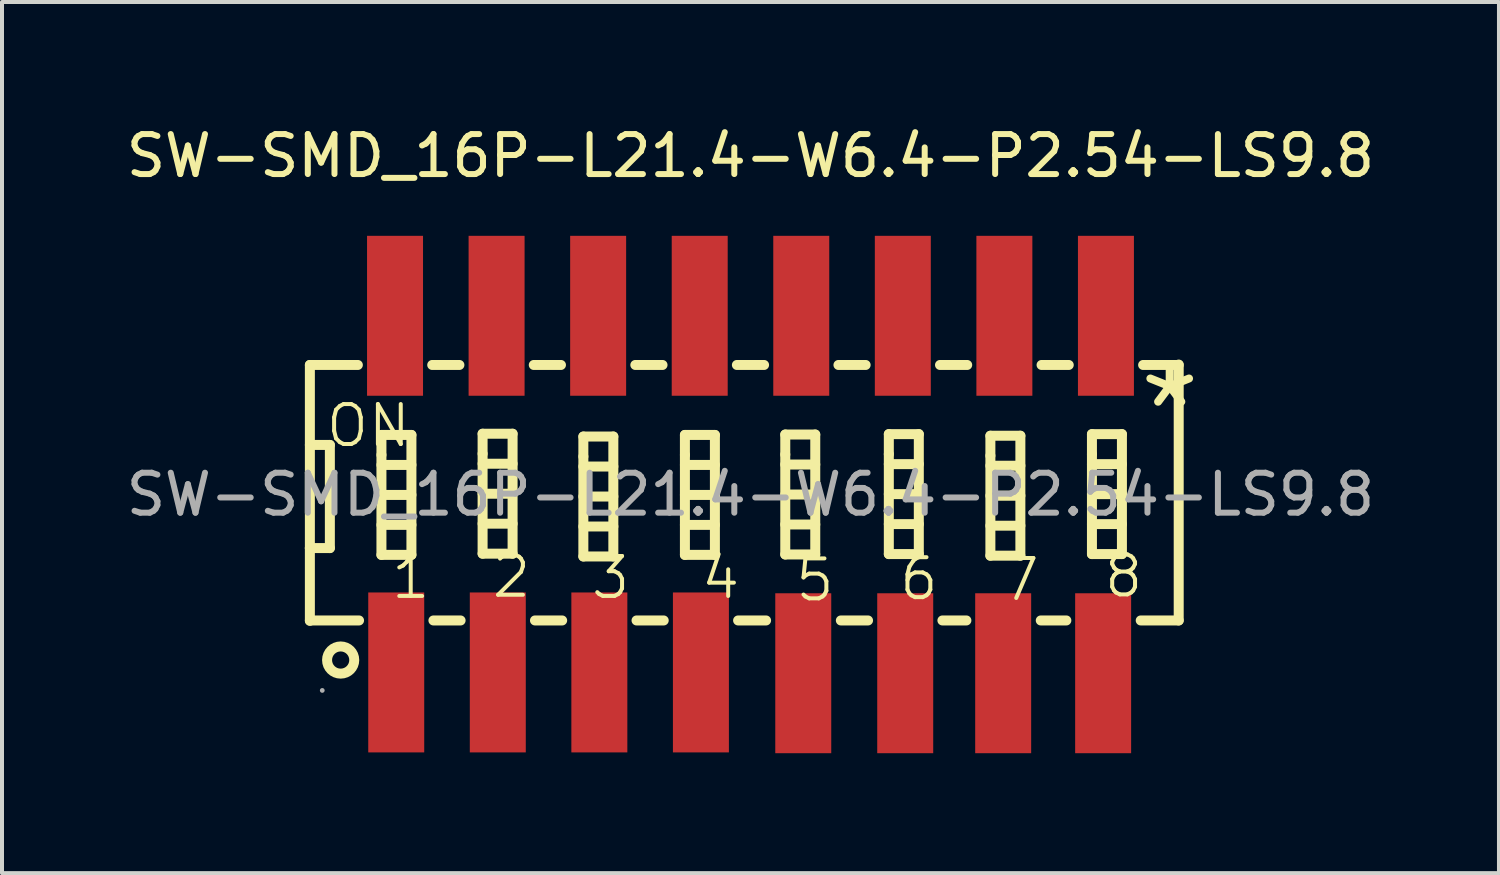
<source format=kicad_pcb>
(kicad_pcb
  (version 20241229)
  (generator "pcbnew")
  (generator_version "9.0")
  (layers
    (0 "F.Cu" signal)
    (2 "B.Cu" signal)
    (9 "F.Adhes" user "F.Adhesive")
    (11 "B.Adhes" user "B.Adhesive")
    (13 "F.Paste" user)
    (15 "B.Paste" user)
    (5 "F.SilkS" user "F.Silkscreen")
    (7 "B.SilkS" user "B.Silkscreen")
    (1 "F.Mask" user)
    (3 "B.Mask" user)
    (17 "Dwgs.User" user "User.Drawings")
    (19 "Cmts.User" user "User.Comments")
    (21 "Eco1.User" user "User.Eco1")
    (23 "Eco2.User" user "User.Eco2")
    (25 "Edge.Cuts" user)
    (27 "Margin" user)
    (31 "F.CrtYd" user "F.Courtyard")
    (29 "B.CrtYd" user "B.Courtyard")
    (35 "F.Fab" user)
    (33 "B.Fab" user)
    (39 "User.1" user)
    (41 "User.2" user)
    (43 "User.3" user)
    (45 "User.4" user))
  (footprint "SW-SMD_16P-L21.4-W6.4-P2.54-LS9.8"
    (layer "F.Cu")
    (at 15.72 9.318)
    (property "Reference" "SW-SMD_16P-L21.4-W6.4-P2.54-LS9.8" (at 0 -8.47 0) (layer "F.SilkS") (effects (font (size 1 1) (thickness 0.15))))
    (attr through_hole)
    (fp_line (start -11.02 -3.24) (end -11.02 3.16) (stroke (width 0.25) (type solid)) (layer "F.SilkS"))
    (fp_line (start -11.02 -3.24) (end -9.82 -3.24) (stroke (width 0.25) (type solid)) (layer "F.SilkS"))
    (fp_line (start -11.02 -1.24) (end -10.52 -1.24) (stroke (width 0.25) (type solid)) (layer "F.SilkS"))
    (fp_line (start -11.02 1.34) (end -11.02 1.34) (stroke (width 0.25) (type solid)) (layer "F.SilkS"))
    (fp_line (start -10.52 -1.24) (end -10.52 1.34) (stroke (width 0.25) (type solid)) (layer "F.SilkS"))
    (fp_line (start -10.52 1.34) (end -11.02 1.34) (stroke (width 0.25) (type solid)) (layer "F.SilkS"))
    (fp_line (start -9.79 3.15) (end -11.02 3.15) (stroke (width 0.25) (type solid)) (layer "F.SilkS"))
    (fp_line (start -9.23 -1.49) (end -8.48 -1.49) (stroke (width 0.25) (type solid)) (layer "F.SilkS"))
    (fp_line (start -9.23 -0.99) (end -9.23 -1.49) (stroke (width 0.25) (type solid)) (layer "F.SilkS"))
    (fp_line (start -9.23 -0.74) (end -8.48 -0.74) (stroke (width 0.25) (type solid)) (layer "F.SilkS"))
    (fp_line (start -9.23 0.01) (end -8.48 0.01) (stroke (width 0.25) (type solid)) (layer "F.SilkS"))
    (fp_line (start -9.23 0.76) (end -8.48 0.76) (stroke (width 0.25) (type solid)) (layer "F.SilkS"))
    (fp_line (start -9.23 1.51) (end -9.23 -0.99) (stroke (width 0.25) (type solid)) (layer "F.SilkS"))
    (fp_line (start -8.48 -1.49) (end -8.48 1.51) (stroke (width 0.25) (type solid)) (layer "F.SilkS"))
    (fp_line (start -8.48 1.51) (end -9.23 1.51) (stroke (width 0.25) (type solid)) (layer "F.SilkS"))
    (fp_line (start -7.96 -3.24) (end -7.28 -3.24) (stroke (width 0.25) (type solid)) (layer "F.SilkS"))
    (fp_line (start -7.25 3.15) (end -7.93 3.15) (stroke (width 0.25) (type solid)) (layer "F.SilkS"))
    (fp_line (start -6.7 -1.52) (end -5.95 -1.52) (stroke (width 0.25) (type solid)) (layer "F.SilkS"))
    (fp_line (start -6.7 -1.02) (end -6.7 -1.52) (stroke (width 0.25) (type solid)) (layer "F.SilkS"))
    (fp_line (start -6.7 -0.77) (end -5.95 -0.77) (stroke (width 0.25) (type solid)) (layer "F.SilkS"))
    (fp_line (start -6.7 -0.02) (end -5.95 -0.02) (stroke (width 0.25) (type solid)) (layer "F.SilkS"))
    (fp_line (start -6.7 0.73) (end -5.95 0.73) (stroke (width 0.25) (type solid)) (layer "F.SilkS"))
    (fp_line (start -6.7 1.48) (end -6.7 -1.02) (stroke (width 0.25) (type solid)) (layer "F.SilkS"))
    (fp_line (start -5.95 -1.52) (end -5.95 1.48) (stroke (width 0.25) (type solid)) (layer "F.SilkS"))
    (fp_line (start -5.95 1.48) (end -6.7 1.48) (stroke (width 0.25) (type solid)) (layer "F.SilkS"))
    (fp_line (start -5.42 -3.24) (end -4.74 -3.24) (stroke (width 0.25) (type solid)) (layer "F.SilkS"))
    (fp_line (start -4.71 3.15) (end -5.39 3.15) (stroke (width 0.25) (type solid)) (layer "F.SilkS"))
    (fp_line (start -4.18 -1.45) (end -3.43 -1.45) (stroke (width 0.25) (type solid)) (layer "F.SilkS"))
    (fp_line (start -4.18 -0.95) (end -4.18 -1.45) (stroke (width 0.25) (type solid)) (layer "F.SilkS"))
    (fp_line (start -4.18 -0.7) (end -3.43 -0.7) (stroke (width 0.25) (type solid)) (layer "F.SilkS"))
    (fp_line (start -4.18 0.05) (end -3.43 0.05) (stroke (width 0.25) (type solid)) (layer "F.SilkS"))
    (fp_line (start -4.18 0.8) (end -3.43 0.8) (stroke (width 0.25) (type solid)) (layer "F.SilkS"))
    (fp_line (start -4.18 1.55) (end -4.18 -0.95) (stroke (width 0.25) (type solid)) (layer "F.SilkS"))
    (fp_line (start -3.43 -1.45) (end -3.43 1.55) (stroke (width 0.25) (type solid)) (layer "F.SilkS"))
    (fp_line (start -3.43 1.55) (end -4.18 1.55) (stroke (width 0.25) (type solid)) (layer "F.SilkS"))
    (fp_line (start -2.88 -3.24) (end -2.2 -3.24) (stroke (width 0.25) (type solid)) (layer "F.SilkS"))
    (fp_line (start -2.17 3.15) (end -2.85 3.15) (stroke (width 0.25) (type solid)) (layer "F.SilkS"))
    (fp_line (start -1.64 -1.49) (end -0.89 -1.49) (stroke (width 0.25) (type solid)) (layer "F.SilkS"))
    (fp_line (start -1.64 -0.99) (end -1.64 -1.49) (stroke (width 0.25) (type solid)) (layer "F.SilkS"))
    (fp_line (start -1.64 -0.74) (end -0.89 -0.74) (stroke (width 0.25) (type solid)) (layer "F.SilkS"))
    (fp_line (start -1.64 0.01) (end -0.89 0.01) (stroke (width 0.25) (type solid)) (layer "F.SilkS"))
    (fp_line (start -1.64 0.76) (end -0.89 0.76) (stroke (width 0.25) (type solid)) (layer "F.SilkS"))
    (fp_line (start -1.64 1.51) (end -1.64 -0.99) (stroke (width 0.25) (type solid)) (layer "F.SilkS"))
    (fp_line (start -0.89 -1.49) (end -0.89 1.51) (stroke (width 0.25) (type solid)) (layer "F.SilkS"))
    (fp_line (start -0.89 1.51) (end -1.64 1.51) (stroke (width 0.25) (type solid)) (layer "F.SilkS"))
    (fp_line (start -0.34 -3.24) (end 0.34 -3.24) (stroke (width 0.25) (type solid)) (layer "F.SilkS"))
    (fp_line (start 0.39 3.15) (end -0.31 3.15) (stroke (width 0.25) (type solid)) (layer "F.SilkS"))
    (fp_line (start 0.87 -1.5) (end 1.62 -1.5) (stroke (width 0.25) (type solid)) (layer "F.SilkS"))
    (fp_line (start 0.87 -1) (end 0.87 -1.5) (stroke (width 0.25) (type solid)) (layer "F.SilkS"))
    (fp_line (start 0.87 -0.75) (end 1.62 -0.75) (stroke (width 0.25) (type solid)) (layer "F.SilkS"))
    (fp_line (start 0.87 0) (end 1.62 0) (stroke (width 0.25) (type solid)) (layer "F.SilkS"))
    (fp_line (start 0.87 0.75) (end 1.62 0.75) (stroke (width 0.25) (type solid)) (layer "F.SilkS"))
    (fp_line (start 0.87 1.5) (end 0.87 -1) (stroke (width 0.25) (type solid)) (layer "F.SilkS"))
    (fp_line (start 1.62 -1.5) (end 1.62 1.5) (stroke (width 0.25) (type solid)) (layer "F.SilkS"))
    (fp_line (start 1.62 1.5) (end 0.87 1.5) (stroke (width 0.25) (type solid)) (layer "F.SilkS"))
    (fp_line (start 2.2 -3.24) (end 2.88 -3.24) (stroke (width 0.25) (type solid)) (layer "F.SilkS"))
    (fp_line (start 2.94 3.15) (end 2.26 3.15) (stroke (width 0.25) (type solid)) (layer "F.SilkS"))
    (fp_line (start 3.46 -1.51) (end 4.21 -1.51) (stroke (width 0.25) (type solid)) (layer "F.SilkS"))
    (fp_line (start 3.46 -1.01) (end 3.46 -1.51) (stroke (width 0.25) (type solid)) (layer "F.SilkS"))
    (fp_line (start 3.46 -0.76) (end 4.21 -0.76) (stroke (width 0.25) (type solid)) (layer "F.SilkS"))
    (fp_line (start 3.46 -0.01) (end 4.21 -0.01) (stroke (width 0.25) (type solid)) (layer "F.SilkS"))
    (fp_line (start 3.46 0.74) (end 4.21 0.74) (stroke (width 0.25) (type solid)) (layer "F.SilkS"))
    (fp_line (start 3.46 1.49) (end 3.46 -1.01) (stroke (width 0.25) (type solid)) (layer "F.SilkS"))
    (fp_line (start 4.21 -1.51) (end 4.21 1.49) (stroke (width 0.25) (type solid)) (layer "F.SilkS"))
    (fp_line (start 4.21 1.49) (end 3.46 1.49) (stroke (width 0.25) (type solid)) (layer "F.SilkS"))
    (fp_line (start 4.74 -3.24) (end 5.42 -3.24) (stroke (width 0.25) (type solid)) (layer "F.SilkS"))
    (fp_line (start 5.4 3.15) (end 4.8 3.15) (stroke (width 0.25) (type solid)) (layer "F.SilkS"))
    (fp_line (start 6 -1.47) (end 6.75 -1.47) (stroke (width 0.25) (type solid)) (layer "F.SilkS"))
    (fp_line (start 6 -0.97) (end 6 -1.47) (stroke (width 0.25) (type solid)) (layer "F.SilkS"))
    (fp_line (start 6 -0.72) (end 6.75 -0.72) (stroke (width 0.25) (type solid)) (layer "F.SilkS"))
    (fp_line (start 6 0.03) (end 6.75 0.03) (stroke (width 0.25) (type solid)) (layer "F.SilkS"))
    (fp_line (start 6 0.78) (end 6.75 0.78) (stroke (width 0.25) (type solid)) (layer "F.SilkS"))
    (fp_line (start 6 1.53) (end 6 -0.97) (stroke (width 0.25) (type solid)) (layer "F.SilkS"))
    (fp_line (start 6.75 -1.47) (end 6.75 1.53) (stroke (width 0.25) (type solid)) (layer "F.SilkS"))
    (fp_line (start 6.75 1.53) (end 6 1.53) (stroke (width 0.25) (type solid)) (layer "F.SilkS"))
    (fp_line (start 7.28 -3.24) (end 7.96 -3.24) (stroke (width 0.25) (type solid)) (layer "F.SilkS"))
    (fp_line (start 7.9 3.15) (end 7.26 3.15) (stroke (width 0.25) (type solid)) (layer "F.SilkS"))
    (fp_line (start 8.54 -1.51) (end 9.29 -1.51) (stroke (width 0.25) (type solid)) (layer "F.SilkS"))
    (fp_line (start 8.54 -1.01) (end 8.54 -1.51) (stroke (width 0.25) (type solid)) (layer "F.SilkS"))
    (fp_line (start 8.54 -0.76) (end 9.29 -0.76) (stroke (width 0.25) (type solid)) (layer "F.SilkS"))
    (fp_line (start 8.54 -0.01) (end 9.29 -0.01) (stroke (width 0.25) (type solid)) (layer "F.SilkS"))
    (fp_line (start 8.54 0.74) (end 9.29 0.74) (stroke (width 0.25) (type solid)) (layer "F.SilkS"))
    (fp_line (start 8.54 1.49) (end 8.54 -1.01) (stroke (width 0.25) (type solid)) (layer "F.SilkS"))
    (fp_line (start 9.29 -1.51) (end 9.29 1.49) (stroke (width 0.25) (type solid)) (layer "F.SilkS"))
    (fp_line (start 9.29 1.49) (end 8.54 1.49) (stroke (width 0.25) (type solid)) (layer "F.SilkS"))
    (fp_line (start 9.82 -3.24) (end 10.71 -3.24) (stroke (width 0.25) (type solid)) (layer "F.SilkS"))
    (fp_line (start 10.71 -3.25) (end 10.71 3.15) (stroke (width 0.25) (type solid)) (layer "F.SilkS"))
    (fp_line (start 10.71 3.15) (end 9.76 3.15) (stroke (width 0.25) (type solid)) (layer "F.SilkS"))
    (fp_circle (center -10.25 4.14) (end -9.91 4.14) (stroke (width 0.25) (type solid)) (fill no) (layer "F.SilkS"))
    (fp_circle (center -10.71 4.9) (end -10.68 4.9) (stroke (width 0.06) (type solid)) (fill no) (layer "F.Fab"))
    (fp_text user "*" (at 9.58 -2.09 0) (layer "F.SilkS") (effects (font (size 2.03 2.03) (thickness 0.2)) (justify left)))
    (fp_text user "7" (at 6.2 2.13 0) (layer "F.SilkS") (effects (font (size 1 1) (thickness 0.1)) (justify left)))
    (fp_text user "5" (at 1.07 2.14 0) (layer "F.SilkS") (effects (font (size 1 1) (thickness 0.1)) (justify left)))
    (fp_text user "2" (at -6.52 2.05 0) (layer "F.SilkS") (effects (font (size 1 1) (thickness 0.1)) (justify left)))
    (fp_text user "4" (at -1.29 2.08 0) (layer "F.SilkS") (effects (font (size 1 1) (thickness 0.1)) (justify left)))
    (fp_text user "8" (at 8.79 2.04 0) (layer "F.SilkS") (effects (font (size 1 1) (thickness 0.1)) (justify left)))
    (fp_text user "6" (at 3.67 2.11 0) (layer "F.SilkS") (effects (font (size 1 1) (thickness 0.1)) (justify left)))
    (fp_text user "1" (at -9.04 2.08 0) (layer "F.SilkS") (effects (font (size 1 1) (thickness 0.1)) (justify left)))
    (fp_text user "ON" (at -10.67 -1.72 0) (layer "F.SilkS") (effects (font (size 1 1) (thickness 0.1)) (justify left)))
    (fp_text user "3" (at -4.04 2.08 0) (layer "F.SilkS") (effects (font (size 1 1) (thickness 0.1)) (justify left)))
    (fp_text user "${REFERENCE}" (at 0 0 0) (layer "F.Fab") (effects (font (size 1 1) (thickness 0.15))))
    (pad "1" smd rect (at -8.86 4.45 180) (size 1.4 4) (layers "F.Cu" "F.Mask" "F.Paste"))
    (pad "2" smd rect (at -6.32 4.45 180) (size 1.4 4) (layers "F.Cu" "F.Mask" "F.Paste"))
    (pad "3" smd rect (at -3.78 4.45 180) (size 1.4 4) (layers "F.Cu" "F.Mask" "F.Paste"))
    (pad "4" smd rect (at -1.24 4.45 180) (size 1.4 4) (layers "F.Cu" "F.Mask" "F.Paste"))
    (pad "5" smd rect (at 1.32 4.47) (size 1.4 4) (layers "F.Cu" "F.Mask" "F.Paste"))
    (pad "6" smd rect (at 3.87 4.47) (size 1.4 4) (layers "F.Cu" "F.Mask" "F.Paste"))
    (pad "7" smd rect (at 6.32 4.47) (size 1.4 4) (layers "F.Cu" "F.Mask" "F.Paste"))
    (pad "8" smd rect (at 8.82 4.47) (size 1.4 4) (layers "F.Cu" "F.Mask" "F.Paste"))
    (pad "9" smd rect (at 8.89 -4.47) (size 1.4 4) (layers "F.Cu" "F.Mask" "F.Paste"))
    (pad "10" smd rect (at 6.35 -4.47) (size 1.4 4) (layers "F.Cu" "F.Mask" "F.Paste"))
    (pad "11" smd rect (at 3.81 -4.47) (size 1.4 4) (layers "F.Cu" "F.Mask" "F.Paste"))
    (pad "12" smd rect (at 1.27 -4.47) (size 1.4 4) (layers "F.Cu" "F.Mask" "F.Paste"))
    (pad "13" smd rect (at -1.27 -4.47) (size 1.4 4) (layers "F.Cu" "F.Mask" "F.Paste"))
    (pad "14" smd rect (at -3.81 -4.47) (size 1.4 4) (layers "F.Cu" "F.Mask" "F.Paste"))
    (pad "15" smd rect (at -6.35 -4.47) (size 1.4 4) (layers "F.Cu" "F.Mask" "F.Paste"))
    (pad "16" smd rect (at -8.89 -4.47) (size 1.4 4) (layers "F.Cu" "F.Mask" "F.Paste")))
  (gr_rect
    (start -3 -3)
    (end 34.44 18.788)
    (stroke (width 0.1) (type default))
    (fill no)
    (layer "Edge.Cuts")))
</source>
